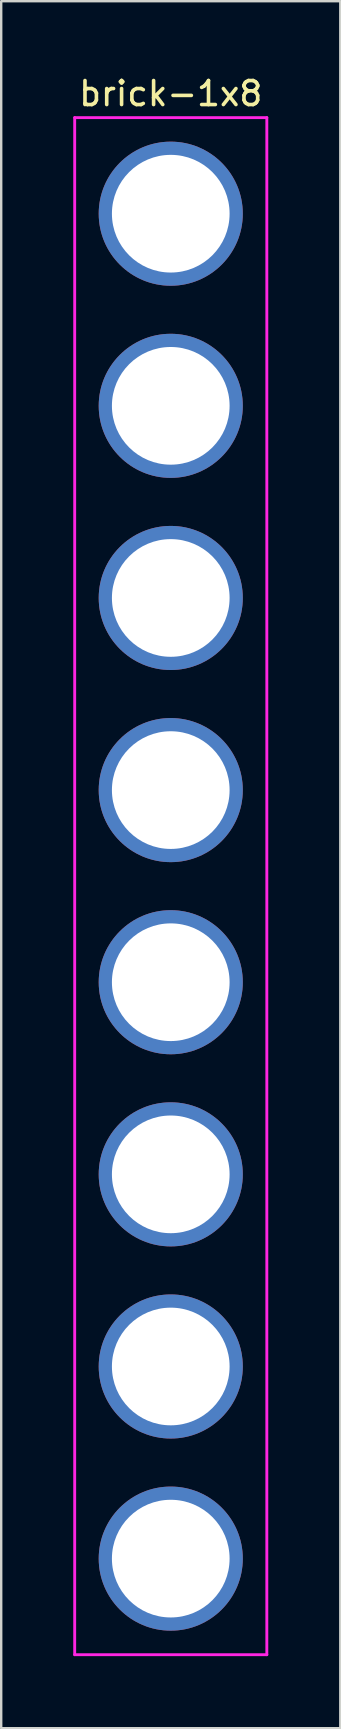
<source format=kicad_pcb>
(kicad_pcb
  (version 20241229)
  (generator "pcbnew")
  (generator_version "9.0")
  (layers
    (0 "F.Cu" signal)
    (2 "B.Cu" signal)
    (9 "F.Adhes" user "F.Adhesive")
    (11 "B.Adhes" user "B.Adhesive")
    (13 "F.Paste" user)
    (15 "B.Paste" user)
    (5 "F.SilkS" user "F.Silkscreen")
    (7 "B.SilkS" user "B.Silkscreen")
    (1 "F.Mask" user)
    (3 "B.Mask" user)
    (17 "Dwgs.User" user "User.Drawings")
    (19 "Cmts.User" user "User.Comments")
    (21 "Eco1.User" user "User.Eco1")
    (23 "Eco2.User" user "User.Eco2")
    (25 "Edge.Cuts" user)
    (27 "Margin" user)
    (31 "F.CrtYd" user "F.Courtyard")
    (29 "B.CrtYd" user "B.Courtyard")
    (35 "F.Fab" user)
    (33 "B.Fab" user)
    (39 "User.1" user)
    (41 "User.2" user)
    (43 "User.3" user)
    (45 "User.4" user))
  (footprint "brick-1x8"
    (layer "F.Cu")
    (at 4.06 5.848)
    (property "Reference" "brick-1x8" (at 0 -5 0) (layer "F.SilkS") (effects (font (size 1 1) (thickness 0.15))))
    (attr through_hole)
    (fp_line (start -4 -4) (end 4 -4) (stroke (width 0.12) (type solid)) (layer "F.CrtYd"))
    (fp_line (start -4 60) (end -4 -4) (stroke (width 0.12) (type solid)) (layer "F.CrtYd"))
    (fp_line (start 4 -4) (end 4 60) (stroke (width 0.12) (type solid)) (layer "F.CrtYd"))
    (fp_line (start 4 60) (end -4 60) (stroke (width 0.12) (type solid)) (layer "F.CrtYd"))
    (pad "1" thru_hole circle (at 0 0) (size 6 6) (drill 4.9) (layers "*.Cu" "*.Mask"))
    (pad "2" thru_hole circle (at 0 8) (size 6 6) (drill 4.9) (layers "*.Cu" "*.Mask"))
    (pad "3" thru_hole circle (at 0 16) (size 6 6) (drill 4.9) (layers "*.Cu" "*.Mask"))
    (pad "4" thru_hole circle (at 0 24) (size 6 6) (drill 4.9) (layers "*.Cu" "*.Mask"))
    (pad "5" thru_hole circle (at 0 32) (size 6 6) (drill 4.9) (layers "*.Cu" "*.Mask"))
    (pad "6" thru_hole circle (at 0 40) (size 6 6) (drill 4.9) (layers "*.Cu" "*.Mask"))
    (pad "7" thru_hole circle (at 0 48) (size 6 6) (drill 4.9) (layers "*.Cu" "*.Mask"))
    (pad "8" thru_hole circle (at 0 56) (size 6 6) (drill 4.9) (layers "*.Cu" "*.Mask")))
  (gr_rect
    (start -3 -3)
    (end 11.12 68.908)
    (stroke (width 0.1) (type default))
    (fill no)
    (layer "Edge.Cuts")))
</source>
